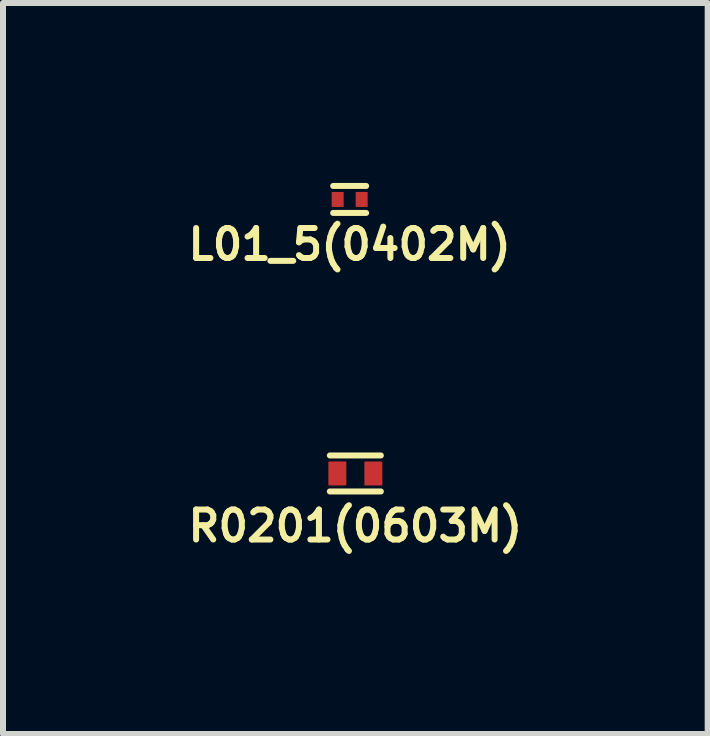
<source format=kicad_pcb>
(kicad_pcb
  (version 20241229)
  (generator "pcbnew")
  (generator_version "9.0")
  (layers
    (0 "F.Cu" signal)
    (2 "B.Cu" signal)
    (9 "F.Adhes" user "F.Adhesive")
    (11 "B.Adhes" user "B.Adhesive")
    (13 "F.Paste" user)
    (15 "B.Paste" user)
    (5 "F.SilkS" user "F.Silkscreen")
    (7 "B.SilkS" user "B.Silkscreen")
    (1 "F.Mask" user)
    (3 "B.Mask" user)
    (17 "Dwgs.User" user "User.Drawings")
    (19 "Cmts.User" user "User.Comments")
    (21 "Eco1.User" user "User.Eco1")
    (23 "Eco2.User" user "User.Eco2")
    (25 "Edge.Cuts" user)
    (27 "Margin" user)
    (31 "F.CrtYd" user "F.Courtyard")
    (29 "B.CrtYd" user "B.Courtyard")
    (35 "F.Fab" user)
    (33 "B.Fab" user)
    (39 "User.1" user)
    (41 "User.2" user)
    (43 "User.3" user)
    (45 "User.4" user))
  (footprint "L01_5(0402M)"
    (layer "F.Cu")
    (at 2.779 0.275)
    (property "Reference" "L01_5(0402M)" (at 0 0.75 0) (layer "F.SilkS") (effects (font (size 0.5 0.5) (thickness 0.1))))
    (attr smd)
    (fp_line (start -0.275 -0.225) (end 0.275 -0.225) (stroke (width 0.1) (type solid)) (layer "F.SilkS"))
    (fp_line (start -0.275 0.225) (end 0.275 0.225) (stroke (width 0.1) (type solid)) (layer "F.SilkS"))
    (pad "1" smd roundrect (at -0.2 0 90) (size 0.25 0.2) (layers "F.Cu" "F.Mask" "F.Paste") (roundrect_rratio 0.05))
    (pad "2" smd roundrect (at 0.2 0 90) (size 0.25 0.2) (layers "F.Cu" "F.Mask" "F.Paste") (roundrect_rratio 0.05)))
  (footprint "R0201(0603M)"
    (layer "F.Cu")
    (at 2.874 4.843)
    (property "Reference" "R0201(0603M)" (at 0 0.875 0) (layer "F.SilkS") (effects (font (size 0.5 0.5) (thickness 0.1))))
    (attr smd)
    (fp_line (start -0.425 -0.3) (end 0.425 -0.3) (stroke (width 0.1) (type solid)) (layer "F.SilkS"))
    (fp_line (start -0.425 0.3) (end 0.425 0.3) (stroke (width 0.1) (type solid)) (layer "F.SilkS"))
    (pad "1" smd roundrect (at -0.3 0 90) (size 0.4 0.3) (layers "F.Cu" "F.Mask" "F.Paste") (roundrect_rratio 0.05))
    (pad "2" smd roundrect (at 0.3 0 90) (size 0.4 0.3) (layers "F.Cu" "F.Mask" "F.Paste") (roundrect_rratio 0.05)))
  (gr_rect
    (start -3 -3)
    (end 8.748 9.186)
    (stroke (width 0.1) (type default))
    (fill no)
    (layer "Edge.Cuts")))
</source>
